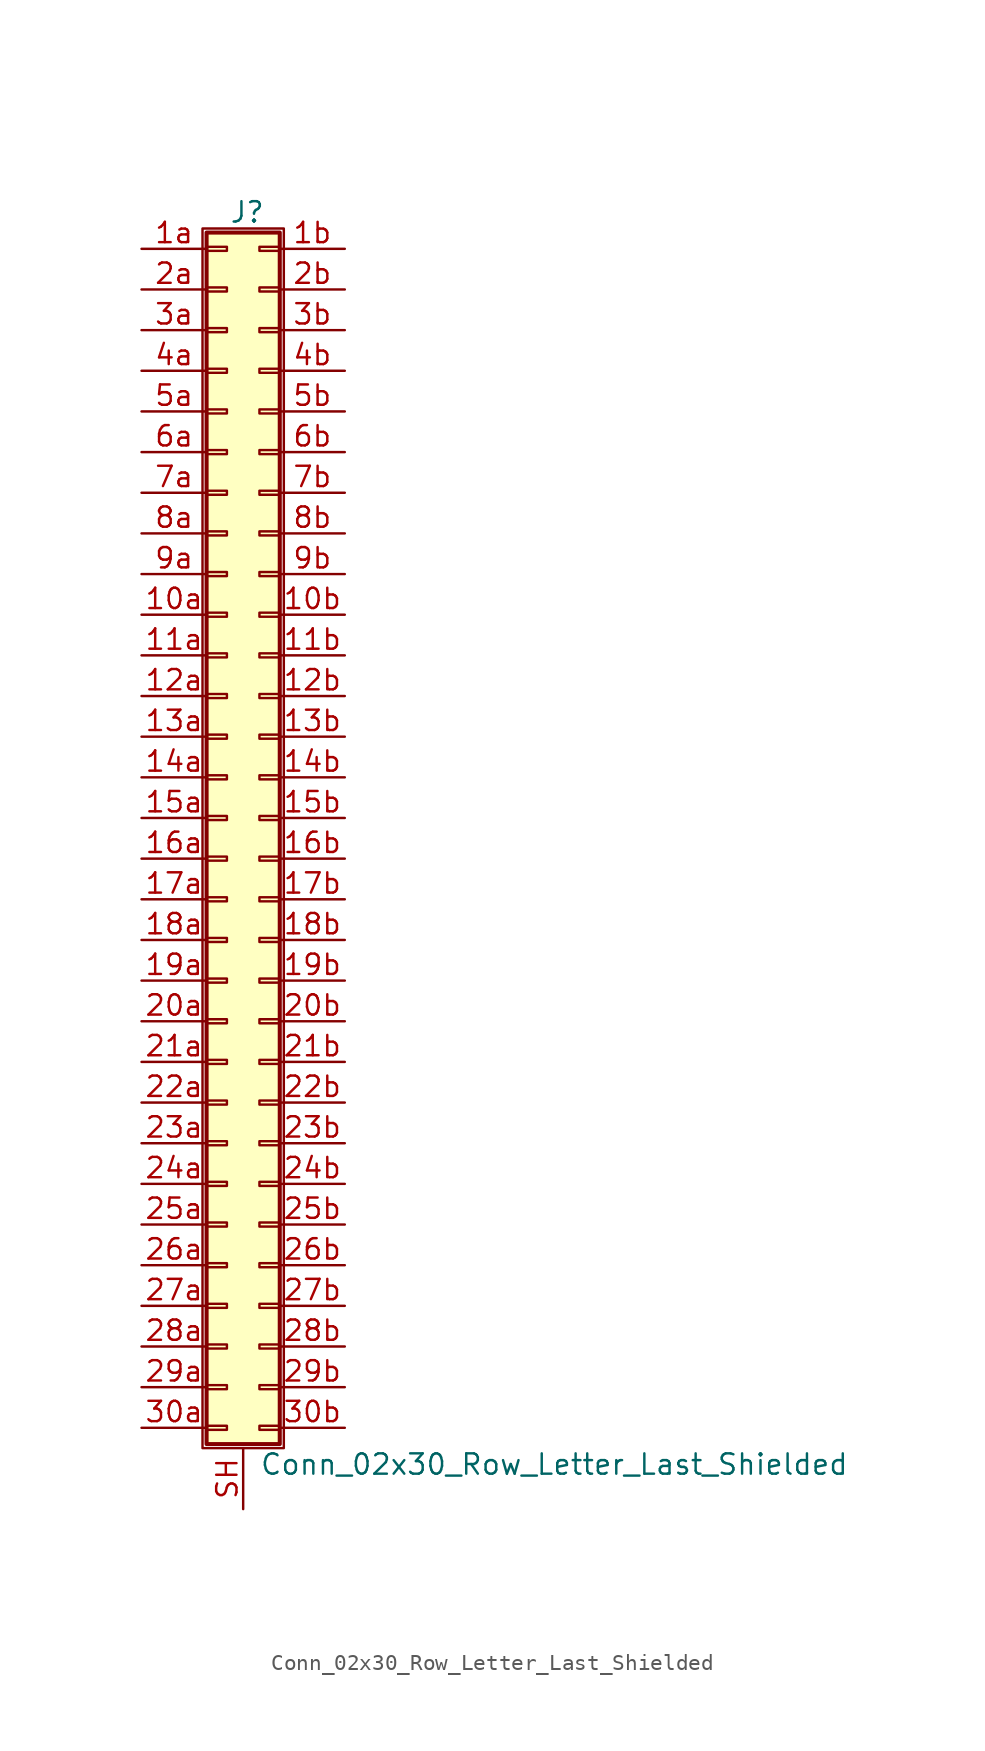
<source format=kicad_sym>
(kicad_symbol_lib
  (version 20211014)
  (generator kicad_symbol_editor)
  (symbol "Conn_02x30_Row_Letter_Last_Shielded"
    (pin_names
      (offset 1.016) hide)
    (property "Reference" "J"
      (at 1.524 37.846 0)
      (effects (font (size 1.27 1.27))))
    (property "Value" "Conn_02x30_Row_Letter_Last_Shielded"
      (at 2.286 -40.386 0)
      (effects (font (size 1.27 1.27)) (justify left)))
    (symbol "Conn_02x30_Row_Letter_Last_Shielded_1_1"
      (rectangle (start -1.27 36.83) (end 3.81 -39.37) (stroke (width 0.152) (type default) (color 0 0 0 0)) (fill (type none)))
      (rectangle (start -1.016 -37.973) (end 0.254 -38.227) (stroke (width 0.152) (type default) (color 0 0 0 0)) (fill (type none)))
      (rectangle (start -1.016 -35.433) (end 0.254 -35.687) (stroke (width 0.152) (type default) (color 0 0 0 0)) (fill (type none)))
      (rectangle (start -1.016 -32.893) (end 0.254 -33.147) (stroke (width 0.152) (type default) (color 0 0 0 0)) (fill (type none)))
      (rectangle (start -1.016 -30.353) (end 0.254 -30.607) (stroke (width 0.152) (type default) (color 0 0 0 0)) (fill (type none)))
      (rectangle (start -1.016 -27.813) (end 0.254 -28.067) (stroke (width 0.152) (type default) (color 0 0 0 0)) (fill (type none)))
      (rectangle (start -1.016 -25.273) (end 0.254 -25.527) (stroke (width 0.152) (type default) (color 0 0 0 0)) (fill (type none)))
      (rectangle (start -1.016 -22.733) (end 0.254 -22.987) (stroke (width 0.152) (type default) (color 0 0 0 0)) (fill (type none)))
      (rectangle (start -1.016 -20.193) (end 0.254 -20.447) (stroke (width 0.152) (type default) (color 0 0 0 0)) (fill (type none)))
      (rectangle (start -1.016 -17.653) (end 0.254 -17.907) (stroke (width 0.152) (type default) (color 0 0 0 0)) (fill (type none)))
      (rectangle (start -1.016 -15.113) (end 0.254 -15.367) (stroke (width 0.152) (type default) (color 0 0 0 0)) (fill (type none)))
      (rectangle (start -1.016 -12.573) (end 0.254 -12.827) (stroke (width 0.152) (type default) (color 0 0 0 0)) (fill (type none)))
      (rectangle (start -1.016 -10.033) (end 0.254 -10.287) (stroke (width 0.152) (type default) (color 0 0 0 0)) (fill (type none)))
      (rectangle (start -1.016 -7.493) (end 0.254 -7.747) (stroke (width 0.152) (type default) (color 0 0 0 0)) (fill (type none)))
      (rectangle (start -1.016 -4.953) (end 0.254 -5.207) (stroke (width 0.152) (type default) (color 0 0 0 0)) (fill (type none)))
      (rectangle (start -1.016 -2.413) (end 0.254 -2.667) (stroke (width 0.152) (type default) (color 0 0 0 0)) (fill (type none)))
      (rectangle (start -1.016 0.127) (end 0.254 -0.127) (stroke (width 0.152) (type default) (color 0 0 0 0)) (fill (type none)))
      (rectangle (start -1.016 2.667) (end 0.254 2.413) (stroke (width 0.152) (type default) (color 0 0 0 0)) (fill (type none)))
      (rectangle (start -1.016 5.207) (end 0.254 4.953) (stroke (width 0.152) (type default) (color 0 0 0 0)) (fill (type none)))
      (rectangle (start -1.016 7.747) (end 0.254 7.493) (stroke (width 0.152) (type default) (color 0 0 0 0)) (fill (type none)))
      (rectangle (start -1.016 10.287) (end 0.254 10.033) (stroke (width 0.152) (type default) (color 0 0 0 0)) (fill (type none)))
      (rectangle (start -1.016 12.827) (end 0.254 12.573) (stroke (width 0.152) (type default) (color 0 0 0 0)) (fill (type none)))
      (rectangle (start -1.016 15.367) (end 0.254 15.113) (stroke (width 0.152) (type default) (color 0 0 0 0)) (fill (type none)))
      (rectangle (start -1.016 17.907) (end 0.254 17.653) (stroke (width 0.152) (type default) (color 0 0 0 0)) (fill (type none)))
      (rectangle (start -1.016 20.447) (end 0.254 20.193) (stroke (width 0.152) (type default) (color 0 0 0 0)) (fill (type none)))
      (rectangle (start -1.016 22.987) (end 0.254 22.733) (stroke (width 0.152) (type default) (color 0 0 0 0)) (fill (type none)))
      (rectangle (start -1.016 25.527) (end 0.254 25.273) (stroke (width 0.152) (type default) (color 0 0 0 0)) (fill (type none)))
      (rectangle (start -1.016 28.067) (end 0.254 27.813) (stroke (width 0.152) (type default) (color 0 0 0 0)) (fill (type none)))
      (rectangle (start -1.016 30.607) (end 0.254 30.353) (stroke (width 0.152) (type default) (color 0 0 0 0)) (fill (type none)))
      (rectangle (start -1.016 33.147) (end 0.254 32.893) (stroke (width 0.152) (type default) (color 0 0 0 0)) (fill (type none)))
      (rectangle (start -1.016 35.687) (end 0.254 35.433) (stroke (width 0.152) (type default) (color 0 0 0 0)) (fill (type none)))
      (rectangle (start -1.016 36.576) (end 3.556 -39.116) (stroke (width 0.254) (type default) (color 0 0 0 0)) (fill (type background)))
      (rectangle (start 3.556 -37.973) (end 2.286 -38.227) (stroke (width 0.152) (type default) (color 0 0 0 0)) (fill (type none)))
      (rectangle (start 3.556 -35.433) (end 2.286 -35.687) (stroke (width 0.152) (type default) (color 0 0 0 0)) (fill (type none)))
      (rectangle (start 3.556 -32.893) (end 2.286 -33.147) (stroke (width 0.152) (type default) (color 0 0 0 0)) (fill (type none)))
      (rectangle (start 3.556 -30.353) (end 2.286 -30.607) (stroke (width 0.152) (type default) (color 0 0 0 0)) (fill (type none)))
      (rectangle (start 3.556 -27.813) (end 2.286 -28.067) (stroke (width 0.152) (type default) (color 0 0 0 0)) (fill (type none)))
      (rectangle (start 3.556 -25.273) (end 2.286 -25.527) (stroke (width 0.152) (type default) (color 0 0 0 0)) (fill (type none)))
      (rectangle (start 3.556 -22.733) (end 2.286 -22.987) (stroke (width 0.152) (type default) (color 0 0 0 0)) (fill (type none)))
      (rectangle (start 3.556 -20.193) (end 2.286 -20.447) (stroke (width 0.152) (type default) (color 0 0 0 0)) (fill (type none)))
      (rectangle (start 3.556 -17.653) (end 2.286 -17.907) (stroke (width 0.152) (type default) (color 0 0 0 0)) (fill (type none)))
      (rectangle (start 3.556 -15.113) (end 2.286 -15.367) (stroke (width 0.152) (type default) (color 0 0 0 0)) (fill (type none)))
      (rectangle (start 3.556 -12.573) (end 2.286 -12.827) (stroke (width 0.152) (type default) (color 0 0 0 0)) (fill (type none)))
      (rectangle (start 3.556 -10.033) (end 2.286 -10.287) (stroke (width 0.152) (type default) (color 0 0 0 0)) (fill (type none)))
      (rectangle (start 3.556 -7.493) (end 2.286 -7.747) (stroke (width 0.152) (type default) (color 0 0 0 0)) (fill (type none)))
      (rectangle (start 3.556 -4.953) (end 2.286 -5.207) (stroke (width 0.152) (type default) (color 0 0 0 0)) (fill (type none)))
      (rectangle (start 3.556 -2.413) (end 2.286 -2.667) (stroke (width 0.152) (type default) (color 0 0 0 0)) (fill (type none)))
      (rectangle (start 3.556 0.127) (end 2.286 -0.127) (stroke (width 0.152) (type default) (color 0 0 0 0)) (fill (type none)))
      (rectangle (start 3.556 2.667) (end 2.286 2.413) (stroke (width 0.152) (type default) (color 0 0 0 0)) (fill (type none)))
      (rectangle (start 3.556 5.207) (end 2.286 4.953) (stroke (width 0.152) (type default) (color 0 0 0 0)) (fill (type none)))
      (rectangle (start 3.556 7.747) (end 2.286 7.493) (stroke (width 0.152) (type default) (color 0 0 0 0)) (fill (type none)))
      (rectangle (start 3.556 10.287) (end 2.286 10.033) (stroke (width 0.152) (type default) (color 0 0 0 0)) (fill (type none)))
      (rectangle (start 3.556 12.827) (end 2.286 12.573) (stroke (width 0.152) (type default) (color 0 0 0 0)) (fill (type none)))
      (rectangle (start 3.556 15.367) (end 2.286 15.113) (stroke (width 0.152) (type default) (color 0 0 0 0)) (fill (type none)))
      (rectangle (start 3.556 17.907) (end 2.286 17.653) (stroke (width 0.152) (type default) (color 0 0 0 0)) (fill (type none)))
      (rectangle (start 3.556 20.447) (end 2.286 20.193) (stroke (width 0.152) (type default) (color 0 0 0 0)) (fill (type none)))
      (rectangle (start 3.556 22.987) (end 2.286 22.733) (stroke (width 0.152) (type default) (color 0 0 0 0)) (fill (type none)))
      (rectangle (start 3.556 25.527) (end 2.286 25.273) (stroke (width 0.152) (type default) (color 0 0 0 0)) (fill (type none)))
      (rectangle (start 3.556 28.067) (end 2.286 27.813) (stroke (width 0.152) (type default) (color 0 0 0 0)) (fill (type none)))
      (rectangle (start 3.556 30.607) (end 2.286 30.353) (stroke (width 0.152) (type default) (color 0 0 0 0)) (fill (type none)))
      (rectangle (start 3.556 33.147) (end 2.286 32.893) (stroke (width 0.152) (type default) (color 0 0 0 0)) (fill (type none)))
      (rectangle (start 3.556 35.687) (end 2.286 35.433) (stroke (width 0.152) (type default) (color 0 0 0 0)) (fill (type none)))
      (pin passive line (at -5.08 12.7 0) (length 4.064) (name "Pin_10a" (effects (font (size 1.27 1.27)))) (number "10a" (effects (font (size 1.27 1.27)))))
      (pin passive line (at 7.62 12.7 180) (length 4.064) (name "Pin_10b" (effects (font (size 1.27 1.27)))) (number "10b" (effects (font (size 1.27 1.27)))))
      (pin passive line (at -5.08 10.16 0) (length 4.064) (name "Pin_11a" (effects (font (size 1.27 1.27)))) (number "11a" (effects (font (size 1.27 1.27)))))
      (pin passive line (at 7.62 10.16 180) (length 4.064) (name "Pin_11b" (effects (font (size 1.27 1.27)))) (number "11b" (effects (font (size 1.27 1.27)))))
      (pin passive line (at -5.08 7.62 0) (length 4.064) (name "Pin_12a" (effects (font (size 1.27 1.27)))) (number "12a" (effects (font (size 1.27 1.27)))))
      (pin passive line (at 7.62 7.62 180) (length 4.064) (name "Pin_12b" (effects (font (size 1.27 1.27)))) (number "12b" (effects (font (size 1.27 1.27)))))
      (pin passive line (at -5.08 5.08 0) (length 4.064) (name "Pin_13a" (effects (font (size 1.27 1.27)))) (number "13a" (effects (font (size 1.27 1.27)))))
      (pin passive line (at 7.62 5.08 180) (length 4.064) (name "Pin_13b" (effects (font (size 1.27 1.27)))) (number "13b" (effects (font (size 1.27 1.27)))))
      (pin passive line (at -5.08 2.54 0) (length 4.064) (name "Pin_14a" (effects (font (size 1.27 1.27)))) (number "14a" (effects (font (size 1.27 1.27)))))
      (pin passive line (at 7.62 2.54 180) (length 4.064) (name "Pin_14b" (effects (font (size 1.27 1.27)))) (number "14b" (effects (font (size 1.27 1.27)))))
      (pin passive line (at -5.08 0 0) (length 4.064) (name "Pin_15a" (effects (font (size 1.27 1.27)))) (number "15a" (effects (font (size 1.27 1.27)))))
      (pin passive line (at 7.62 0 180) (length 4.064) (name "Pin_15b" (effects (font (size 1.27 1.27)))) (number "15b" (effects (font (size 1.27 1.27)))))
      (pin passive line (at -5.08 -2.54 0) (length 4.064) (name "Pin_16a" (effects (font (size 1.27 1.27)))) (number "16a" (effects (font (size 1.27 1.27)))))
      (pin passive line (at 7.62 -2.54 180) (length 4.064) (name "Pin_16b" (effects (font (size 1.27 1.27)))) (number "16b" (effects (font (size 1.27 1.27)))))
      (pin passive line (at -5.08 -5.08 0) (length 4.064) (name "Pin_17a" (effects (font (size 1.27 1.27)))) (number "17a" (effects (font (size 1.27 1.27)))))
      (pin passive line (at 7.62 -5.08 180) (length 4.064) (name "Pin_17b" (effects (font (size 1.27 1.27)))) (number "17b" (effects (font (size 1.27 1.27)))))
      (pin passive line (at -5.08 -7.62 0) (length 4.064) (name "Pin_18a" (effects (font (size 1.27 1.27)))) (number "18a" (effects (font (size 1.27 1.27)))))
      (pin passive line (at 7.62 -7.62 180) (length 4.064) (name "Pin_18b" (effects (font (size 1.27 1.27)))) (number "18b" (effects (font (size 1.27 1.27)))))
      (pin passive line (at -5.08 -10.16 0) (length 4.064) (name "Pin_19a" (effects (font (size 1.27 1.27)))) (number "19a" (effects (font (size 1.27 1.27)))))
      (pin passive line (at 7.62 -10.16 180) (length 4.064) (name "Pin_19b" (effects (font (size 1.27 1.27)))) (number "19b" (effects (font (size 1.27 1.27)))))
      (pin passive line (at -5.08 35.56 0) (length 4.064) (name "Pin_1a" (effects (font (size 1.27 1.27)))) (number "1a" (effects (font (size 1.27 1.27)))))
      (pin passive line (at 7.62 35.56 180) (length 4.064) (name "Pin_1b" (effects (font (size 1.27 1.27)))) (number "1b" (effects (font (size 1.27 1.27)))))
      (pin passive line (at -5.08 -12.7 0) (length 4.064) (name "Pin_20a" (effects (font (size 1.27 1.27)))) (number "20a" (effects (font (size 1.27 1.27)))))
      (pin passive line (at 7.62 -12.7 180) (length 4.064) (name "Pin_20b" (effects (font (size 1.27 1.27)))) (number "20b" (effects (font (size 1.27 1.27)))))
      (pin passive line (at -5.08 -15.24 0) (length 4.064) (name "Pin_21a" (effects (font (size 1.27 1.27)))) (number "21a" (effects (font (size 1.27 1.27)))))
      (pin passive line (at 7.62 -15.24 180) (length 4.064) (name "Pin_21b" (effects (font (size 1.27 1.27)))) (number "21b" (effects (font (size 1.27 1.27)))))
      (pin passive line (at -5.08 -17.78 0) (length 4.064) (name "Pin_22a" (effects (font (size 1.27 1.27)))) (number "22a" (effects (font (size 1.27 1.27)))))
      (pin passive line (at 7.62 -17.78 180) (length 4.064) (name "Pin_22b" (effects (font (size 1.27 1.27)))) (number "22b" (effects (font (size 1.27 1.27)))))
      (pin passive line (at -5.08 -20.32 0) (length 4.064) (name "Pin_23a" (effects (font (size 1.27 1.27)))) (number "23a" (effects (font (size 1.27 1.27)))))
      (pin passive line (at 7.62 -20.32 180) (length 4.064) (name "Pin_23b" (effects (font (size 1.27 1.27)))) (number "23b" (effects (font (size 1.27 1.27)))))
      (pin passive line (at -5.08 -22.86 0) (length 4.064) (name "Pin_24a" (effects (font (size 1.27 1.27)))) (number "24a" (effects (font (size 1.27 1.27)))))
      (pin passive line (at 7.62 -22.86 180) (length 4.064) (name "Pin_24b" (effects (font (size 1.27 1.27)))) (number "24b" (effects (font (size 1.27 1.27)))))
      (pin passive line (at -5.08 -25.4 0) (length 4.064) (name "Pin_25a" (effects (font (size 1.27 1.27)))) (number "25a" (effects (font (size 1.27 1.27)))))
      (pin passive line (at 7.62 -25.4 180) (length 4.064) (name "Pin_25b" (effects (font (size 1.27 1.27)))) (number "25b" (effects (font (size 1.27 1.27)))))
      (pin passive line (at -5.08 -27.94 0) (length 4.064) (name "Pin_26a" (effects (font (size 1.27 1.27)))) (number "26a" (effects (font (size 1.27 1.27)))))
      (pin passive line (at 7.62 -27.94 180) (length 4.064) (name "Pin_26b" (effects (font (size 1.27 1.27)))) (number "26b" (effects (font (size 1.27 1.27)))))
      (pin passive line (at -5.08 -30.48 0) (length 4.064) (name "Pin_27a" (effects (font (size 1.27 1.27)))) (number "27a" (effects (font (size 1.27 1.27)))))
      (pin passive line (at 7.62 -30.48 180) (length 4.064) (name "Pin_27b" (effects (font (size 1.27 1.27)))) (number "27b" (effects (font (size 1.27 1.27)))))
      (pin passive line (at -5.08 -33.02 0) (length 4.064) (name "Pin_28a" (effects (font (size 1.27 1.27)))) (number "28a" (effects (font (size 1.27 1.27)))))
      (pin passive line (at 7.62 -33.02 180) (length 4.064) (name "Pin_28b" (effects (font (size 1.27 1.27)))) (number "28b" (effects (font (size 1.27 1.27)))))
      (pin passive line (at -5.08 -35.56 0) (length 4.064) (name "Pin_29a" (effects (font (size 1.27 1.27)))) (number "29a" (effects (font (size 1.27 1.27)))))
      (pin passive line (at 7.62 -35.56 180) (length 4.064) (name "Pin_29b" (effects (font (size 1.27 1.27)))) (number "29b" (effects (font (size 1.27 1.27)))))
      (pin passive line (at -5.08 33.02 0) (length 4.064) (name "Pin_2a" (effects (font (size 1.27 1.27)))) (number "2a" (effects (font (size 1.27 1.27)))))
      (pin passive line (at 7.62 33.02 180) (length 4.064) (name "Pin_2b" (effects (font (size 1.27 1.27)))) (number "2b" (effects (font (size 1.27 1.27)))))
      (pin passive line (at -5.08 -38.1 0) (length 4.064) (name "Pin_30a" (effects (font (size 1.27 1.27)))) (number "30a" (effects (font (size 1.27 1.27)))))
      (pin passive line (at 7.62 -38.1 180) (length 4.064) (name "Pin_30b" (effects (font (size 1.27 1.27)))) (number "30b" (effects (font (size 1.27 1.27)))))
      (pin passive line (at -5.08 30.48 0) (length 4.064) (name "Pin_3a" (effects (font (size 1.27 1.27)))) (number "3a" (effects (font (size 1.27 1.27)))))
      (pin passive line (at 7.62 30.48 180) (length 4.064) (name "Pin_3b" (effects (font (size 1.27 1.27)))) (number "3b" (effects (font (size 1.27 1.27)))))
      (pin passive line (at -5.08 27.94 0) (length 4.064) (name "Pin_4a" (effects (font (size 1.27 1.27)))) (number "4a" (effects (font (size 1.27 1.27)))))
      (pin passive line (at 7.62 27.94 180) (length 4.064) (name "Pin_4b" (effects (font (size 1.27 1.27)))) (number "4b" (effects (font (size 1.27 1.27)))))
      (pin passive line (at -5.08 25.4 0) (length 4.064) (name "Pin_5a" (effects (font (size 1.27 1.27)))) (number "5a" (effects (font (size 1.27 1.27)))))
      (pin passive line (at 7.62 25.4 180) (length 4.064) (name "Pin_5b" (effects (font (size 1.27 1.27)))) (number "5b" (effects (font (size 1.27 1.27)))))
      (pin passive line (at -5.08 22.86 0) (length 4.064) (name "Pin_6a" (effects (font (size 1.27 1.27)))) (number "6a" (effects (font (size 1.27 1.27)))))
      (pin passive line (at 7.62 22.86 180) (length 4.064) (name "Pin_6b" (effects (font (size 1.27 1.27)))) (number "6b" (effects (font (size 1.27 1.27)))))
      (pin passive line (at -5.08 20.32 0) (length 4.064) (name "Pin_7a" (effects (font (size 1.27 1.27)))) (number "7a" (effects (font (size 1.27 1.27)))))
      (pin passive line (at 7.62 20.32 180) (length 4.064) (name "Pin_7b" (effects (font (size 1.27 1.27)))) (number "7b" (effects (font (size 1.27 1.27)))))
      (pin passive line (at -5.08 17.78 0) (length 4.064) (name "Pin_8a" (effects (font (size 1.27 1.27)))) (number "8a" (effects (font (size 1.27 1.27)))))
      (pin passive line (at 7.62 17.78 180) (length 4.064) (name "Pin_8b" (effects (font (size 1.27 1.27)))) (number "8b" (effects (font (size 1.27 1.27)))))
      (pin passive line (at -5.08 15.24 0) (length 4.064) (name "Pin_9a" (effects (font (size 1.27 1.27)))) (number "9a" (effects (font (size 1.27 1.27)))))
      (pin passive line (at 7.62 15.24 180) (length 4.064) (name "Pin_9b" (effects (font (size 1.27 1.27)))) (number "9b" (effects (font (size 1.27 1.27)))))
      (pin passive line (at 1.27 -43.18 90) (length 3.81) (name "Shield" (effects (font (size 1.27 1.27)))) (number "SH" (effects (font (size 1.27 1.27))))))))
</source>
